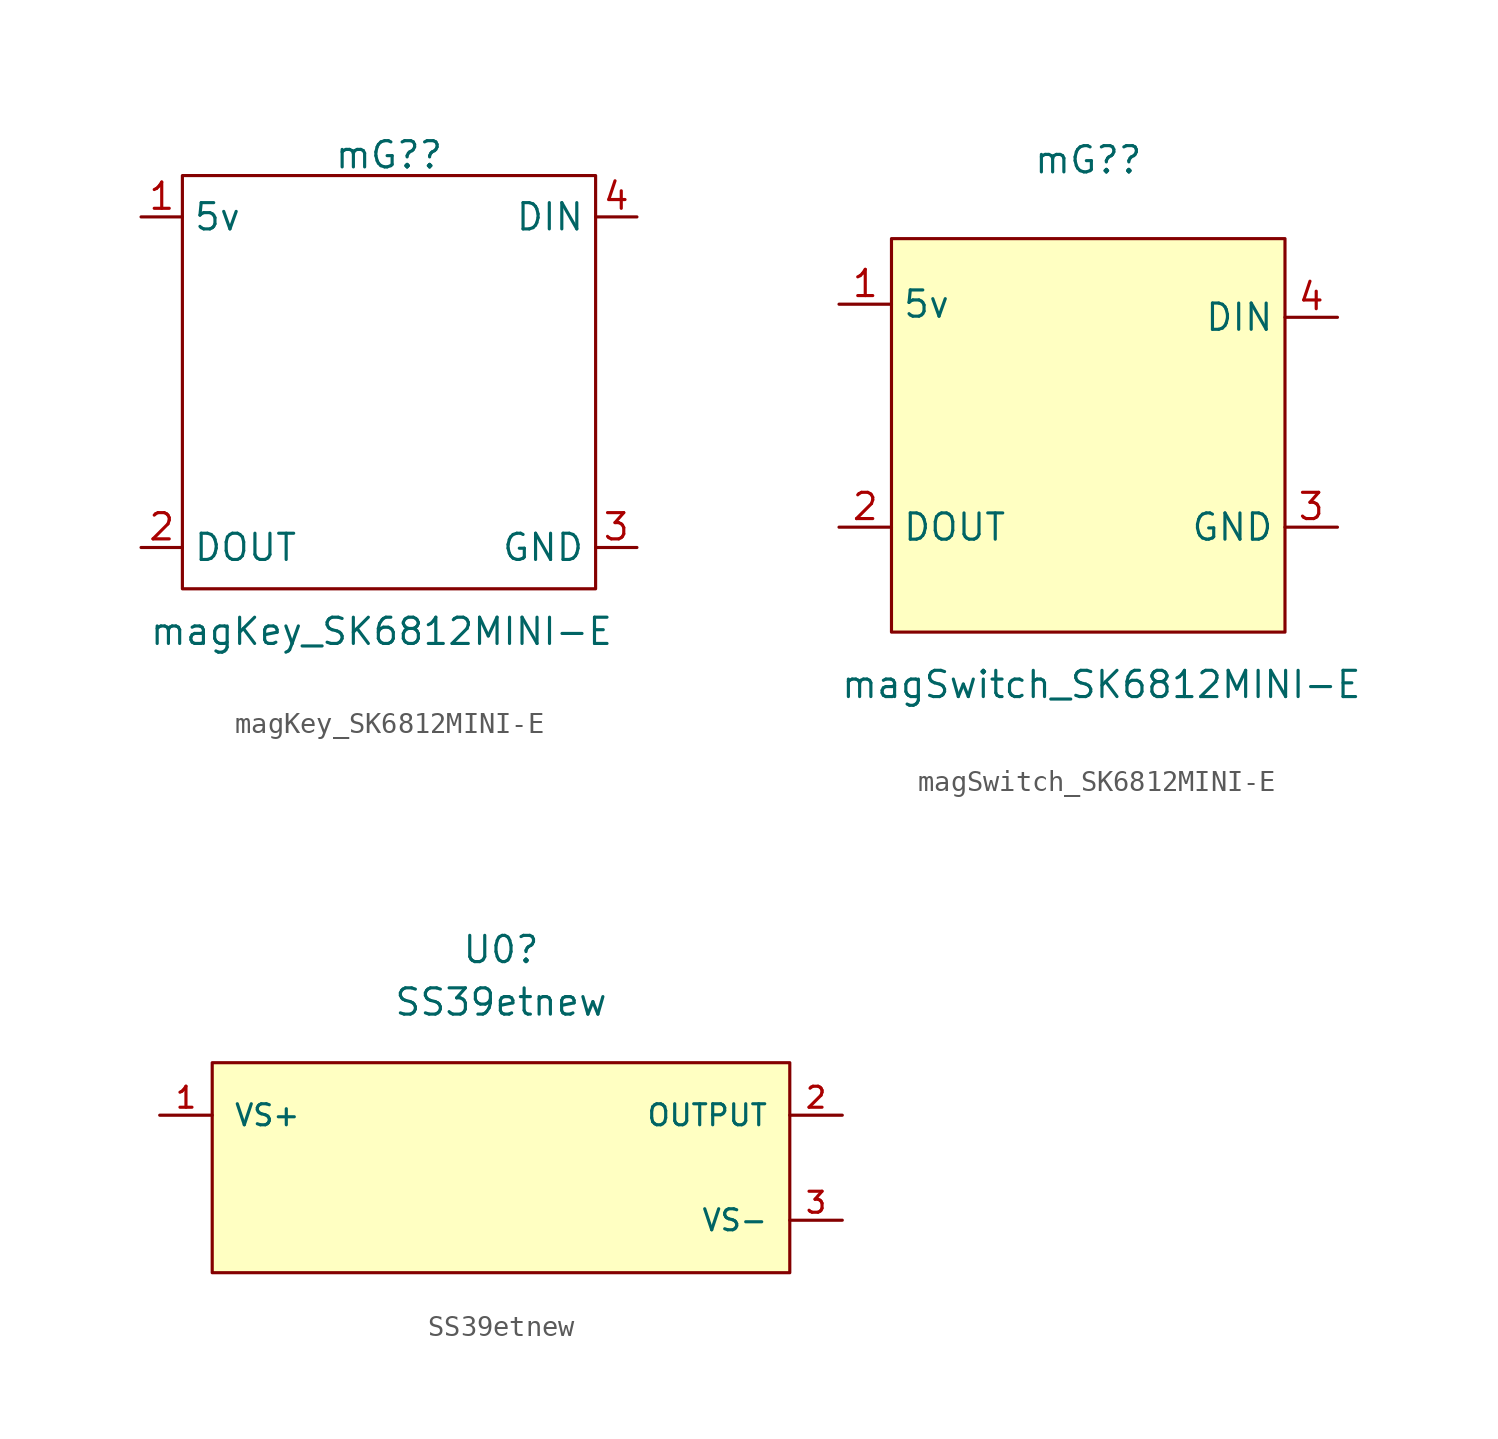
<source format=kicad_sym>
(kicad_symbol_lib
  (version 20211014)
  (generator kicad_symbol_editor)
  (symbol "magKey_SK6812MINI-E"
    (property "Reference" "mG?"
      (at 0 10 0)
      (effects (font (size 1.27 1.27))))
    (property "Value" "magKey_SK6812MINI-E"
      (at -0.365 -13.065 0)
      (effects (font (size 1.27 1.27))))
    (symbol "magKey_SK6812MINI-E_0_1"
      (rectangle (start -10 -11) (end 10 9) (stroke (width 0) (type default) (color 0 0 0 0)) (fill (type none))))
    (symbol "magKey_SK6812MINI-E_1_1"
      (pin power_in line (at -12 7 0) (length 2) (name "5v" (effects (font (size 1.27 1.27)))) (number "1" (effects (font (size 1.27 1.27)))))
      (pin output line (at -12 -9 0) (length 2) (name "DOUT" (effects (font (size 1.27 1.27)))) (number "2" (effects (font (size 1.27 1.27)))))
      (pin power_in line (at 12 -9 180) (length 2) (name "GND" (effects (font (size 1.27 1.27)))) (number "3" (effects (font (size 1.27 1.27)))))
      (pin input line (at 12 7 180) (length 2) (name "DIN" (effects (font (size 1.27 1.27)))) (number "4" (effects (font (size 1.27 1.27)))))))
  (symbol "magSwitch_SK6812MINI-E"
    (property "Reference" "mG?"
      (at 0 13.335 0)
      (effects (font (size 1.27 1.27))))
    (property "Value" "magSwitch_SK6812MINI-E"
      (at 0.635 -12.065 0)
      (effects (font (size 1.27 1.27))))
    (symbol "magSwitch_SK6812MINI-E_0_1"
      (rectangle (start -9.525 9.525) (end 9.525 -9.525) (stroke (width 0) (type default) (color 0 0 0 0)) (fill (type background))))
    (symbol "magSwitch_SK6812MINI-E_1_1"
      (pin power_in line (at -12.065 6.35 0) (length 2.54) (name "5v" (effects (font (size 1.27 1.27)))) (number "1" (effects (font (size 1.27 1.27)))))
      (pin output line (at -12.065 -4.445 0) (length 2.54) (name "DOUT" (effects (font (size 1.27 1.27)))) (number "2" (effects (font (size 1.27 1.27)))))
      (pin power_in line (at 12.065 -4.445 180) (length 2.54) (name "GND" (effects (font (size 1.27 1.27)))) (number "3" (effects (font (size 1.27 1.27)))))
      (pin input line (at 12.065 5.715 180) (length 2.54) (name "DIN" (effects (font (size 1.27 1.27)))) (number "4" (effects (font (size 1.27 1.27)))))))
  (symbol "SS39etnew"
    (pin_names
      (offset 1.016))
    (property "Reference" "U0"
      (at 19.05 8.01 0)
      (effects (font (size 1.27 1.27))))
    (property "Value" "SS39etnew"
      (at 19.05 5.47 0)
      (effects (font (size 1.27 1.27))))
    (symbol "SS39etnew_1_1"
      (rectangle (start 5.08 2.54) (end 33.02 -7.62) (stroke (width 0) (type default) (color 0 0 0 0)) (fill (type background)))
      (pin power_in line (at 2.54 0 0) (length 2.54) (name "VS+" (effects (font (size 1.016 1.016)))) (number "1" (effects (font (size 1.016 1.016)))))
      (pin passive line (at 35.56 0 180) (length 2.54) (name "OUTPUT" (effects (font (size 1.016 1.016)))) (number "2" (effects (font (size 1.016 1.016)))))
      (pin power_in line (at 35.56 -5.08 180) (length 2.54) (name "VS-" (effects (font (size 1.016 1.016)))) (number "3" (effects (font (size 1.016 1.016))))))))
</source>
